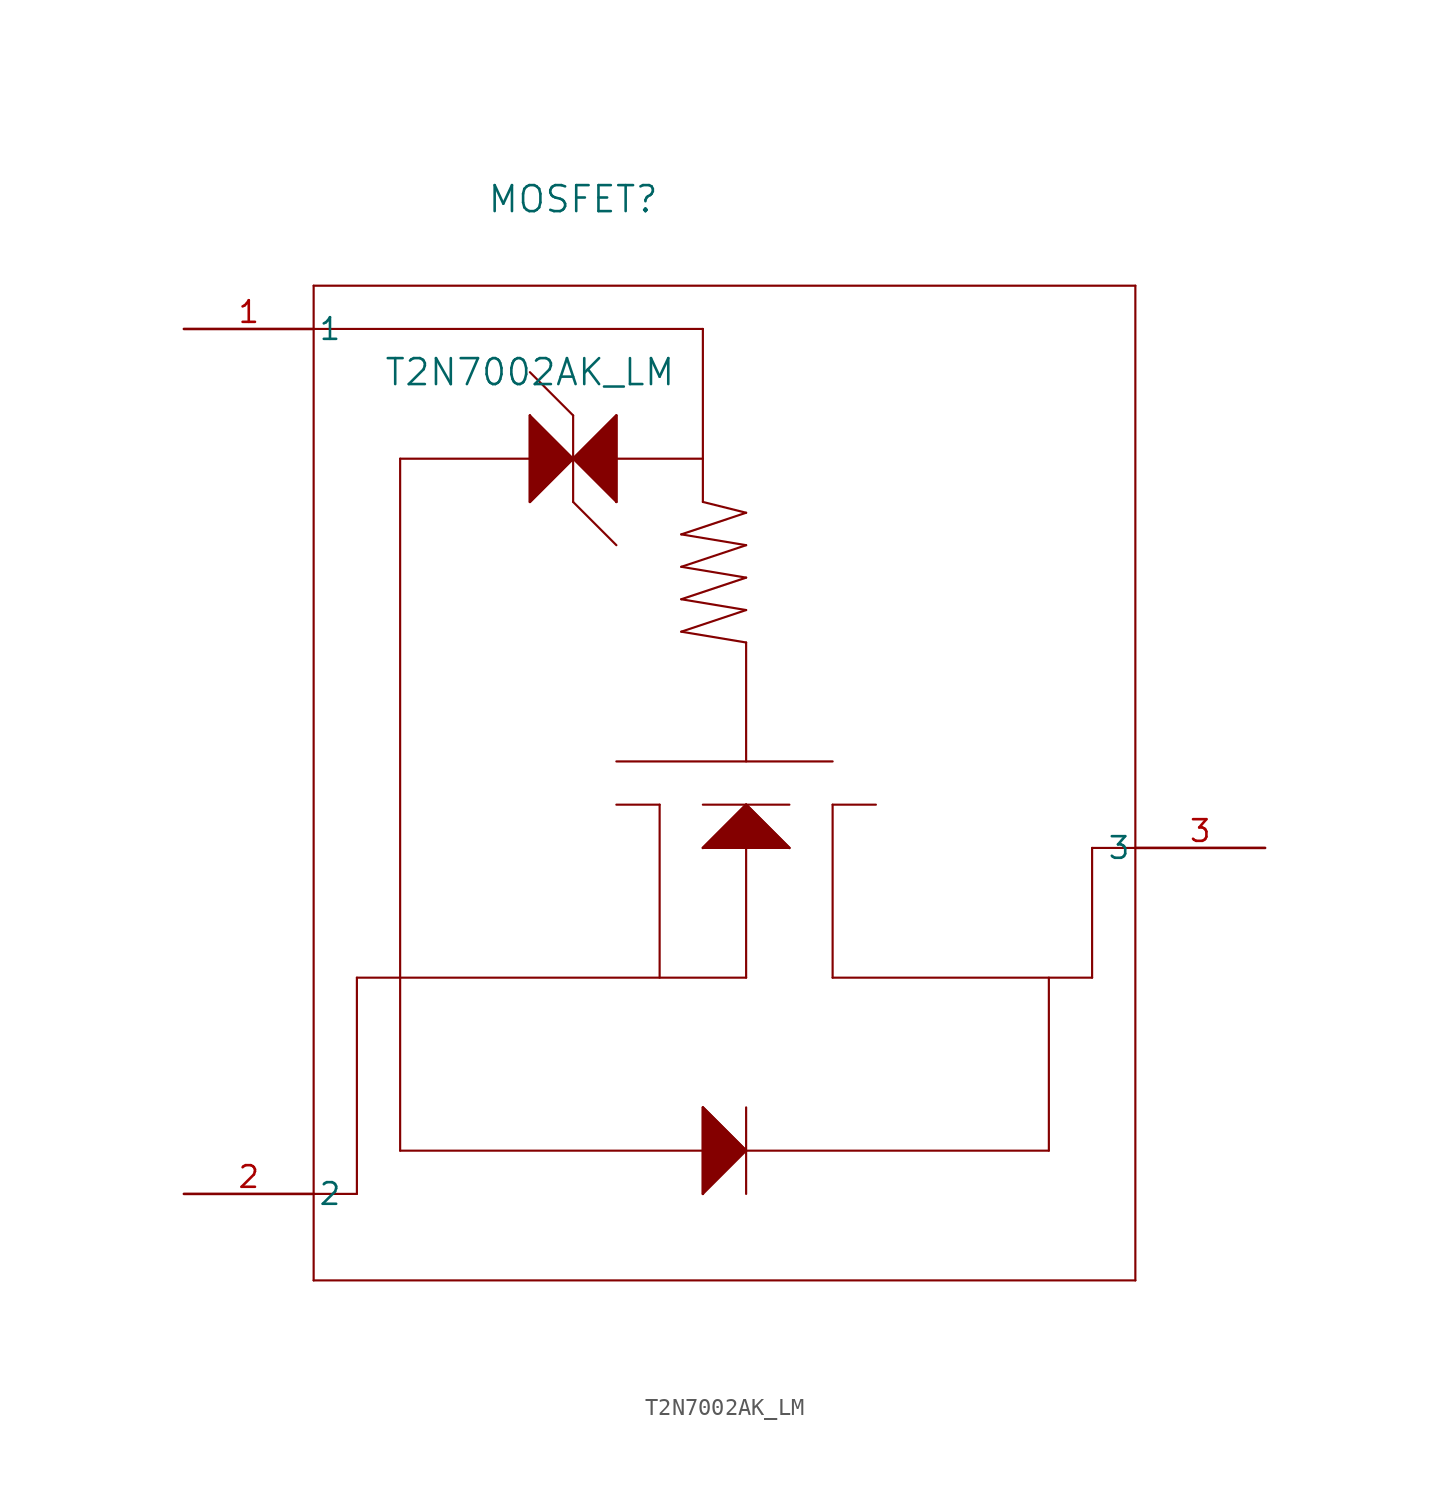
<source format=kicad_sym>
(kicad_symbol_lib
  (version 20211014)
  (generator kicad_symbol_editor)
  (symbol "T2N7002AK_LM"
    (pin_names
      (offset 0.254))
    (property "Reference" "MOSFET"
      (at 22.86 7.62 0)
      (effects (font (size 1.524 1.524))))
    (property "Value" "T2N7002AK_LM"
      (at 20.32 -2.54 0)
      (effects (font (size 1.524 1.524))))
    (symbol "T2N7002AK_LM_0_1"
      (polyline (pts (xy 7.62 2.54) (xy 7.62 -55.88)) (stroke (width 0.127) (type default) (color 0 0 0 0)) (fill (type none)))
      (polyline (pts (xy 7.62 -55.88) (xy 55.88 -55.88)) (stroke (width 0.127) (type default) (color 0 0 0 0)) (fill (type none)))
      (polyline (pts (xy 55.88 -55.88) (xy 55.88 2.54)) (stroke (width 0.127) (type default) (color 0 0 0 0)) (fill (type none)))
      (polyline (pts (xy 55.88 2.54) (xy 7.62 2.54)) (stroke (width 0.127) (type default) (color 0 0 0 0)) (fill (type none)))
      (polyline (pts (xy 7.62 0) (xy 30.48 0)) (stroke (width 0.127) (type default) (color 0 0 0 0)) (fill (type none)))
      (polyline (pts (xy 12.7 -7.62) (xy 30.48 -7.62)) (stroke (width 0.127) (type default) (color 0 0 0 0)) (fill (type none)))
      (polyline (pts (xy 25.4 -25.4) (xy 38.1 -25.4)) (stroke (width 0.127) (type default) (color 0 0 0 0)) (fill (type none)))
      (polyline (pts (xy 25.4 -5.08) (xy 25.4 -10.16)) (stroke (width 0.127) (type default) (color 0 0 0 0)) (fill (type none)))
      (polyline (pts (xy 25.4 -10.16) (xy 22.86 -7.62)) (stroke (width 0.127) (type default) (color 0 0 0 0)) (fill (type none)))
      (polyline (pts (xy 25.4 -5.08) (xy 22.86 -7.62)) (stroke (width 0.127) (type default) (color 0 0 0 0)) (fill (type none)))
      (polyline (pts (xy 22.86 -7.62) (xy 20.32 -5.08)) (stroke (width 0.127) (type default) (color 0 0 0 0)) (fill (type none)))
      (polyline (pts (xy 33.02 -27.94) (xy 33.02 -38.1)) (stroke (width 0.127) (type default) (color 0 0 0 0)) (fill (type none)))
      (polyline (pts (xy 30.48 -30.48) (xy 35.56 -30.48)) (stroke (width 0.127) (type default) (color 0 0 0 0)) (fill (type none)))
      (polyline (pts (xy 30.48 -30.48) (xy 33.02 -27.94)) (stroke (width 0.127) (type default) (color 0 0 0 0)) (fill (type none)))
      (polyline (pts (xy 33.02 -27.94) (xy 35.56 -30.48)) (stroke (width 0.127) (type default) (color 0 0 0 0)) (fill (type none)))
      (polyline (pts (xy 12.7 -48.26) (xy 50.8 -48.26)) (stroke (width 0.127) (type default) (color 0 0 0 0)) (fill (type none)))
      (polyline (pts (xy 30.48 -45.72) (xy 30.48 -50.8)) (stroke (width 0.127) (type default) (color 0 0 0 0)) (fill (type none)))
      (polyline (pts (xy 30.48 -50.8) (xy 33.02 -48.26)) (stroke (width 0.127) (type default) (color 0 0 0 0)) (fill (type none)))
      (polyline (pts (xy 12.7 -7.62) (xy 12.7 -48.26)) (stroke (width 0.127) (type default) (color 0 0 0 0)) (fill (type none)))
      (polyline (pts (xy 12.7 -38.1) (xy 10.16 -38.1)) (stroke (width 0.127) (type default) (color 0 0 0 0)) (fill (type none)))
      (polyline (pts (xy 10.16 -38.1) (xy 10.16 -50.8)) (stroke (width 0.127) (type default) (color 0 0 0 0)) (fill (type none)))
      (polyline (pts (xy 10.16 -50.8) (xy 7.62 -50.8)) (stroke (width 0.127) (type default) (color 0 0 0 0)) (fill (type none)))
      (polyline (pts (xy 30.48 -45.72) (xy 33.02 -48.26)) (stroke (width 0.127) (type default) (color 0 0 0 0)) (fill (type none)))
      (polyline (pts (xy 33.02 -45.72) (xy 33.02 -50.8)) (stroke (width 0.127) (type default) (color 0 0 0 0)) (fill (type none)))
      (polyline (pts (xy 30.48 -50.8) (xy 30.48 -45.72) (xy 33.02 -48.26)) (stroke (width 0) (type default) (color 0 0 0 0)) (fill (type outline)))
      (polyline (pts (xy 30.48 -30.48) (xy 33.02 -27.94) (xy 35.56 -30.48)) (stroke (width 0) (type default) (color 0 0 0 0)) (fill (type outline)))
      (polyline (pts (xy 20.32 -5.08) (xy 20.32 -10.16)) (stroke (width 0.127) (type default) (color 0 0 0 0)) (fill (type none)))
      (polyline (pts (xy 20.32 -10.16) (xy 22.86 -7.62)) (stroke (width 0.127) (type default) (color 0 0 0 0)) (fill (type none)))
      (polyline (pts (xy 38.1 -38.1) (xy 38.1 -27.94)) (stroke (width 0.127) (type default) (color 0 0 0 0)) (fill (type none)))
      (polyline (pts (xy 38.1 -38.1) (xy 53.34 -38.1)) (stroke (width 0.127) (type default) (color 0 0 0 0)) (fill (type none)))
      (polyline (pts (xy 53.34 -30.48) (xy 55.88 -30.48)) (stroke (width 0.127) (type default) (color 0 0 0 0)) (fill (type none)))
      (polyline (pts (xy 53.34 -38.1) (xy 53.34 -30.48)) (stroke (width 0.127) (type default) (color 0 0 0 0)) (fill (type none)))
      (polyline (pts (xy 50.8 -48.26) (xy 50.8 -38.1)) (stroke (width 0.127) (type default) (color 0 0 0 0)) (fill (type none)))
      (polyline (pts (xy 22.86 -10.16) (xy 22.86 -5.08)) (stroke (width 0.127) (type default) (color 0 0 0 0)) (fill (type none)))
      (polyline (pts (xy 38.1 -27.94) (xy 40.64 -27.94)) (stroke (width 0.127) (type default) (color 0 0 0 0)) (fill (type none)))
      (polyline (pts (xy 22.86 -5.08) (xy 20.32 -2.54)) (stroke (width 0.127) (type default) (color 0 0 0 0)) (fill (type none)))
      (polyline (pts (xy 22.86 -10.16) (xy 25.4 -12.7)) (stroke (width 0.127) (type default) (color 0 0 0 0)) (fill (type none)))
      (polyline (pts (xy 20.32 -5.08) (xy 20.32 -10.16) (xy 22.86 -7.62)) (stroke (width 0) (type default) (color 0 0 0 0)) (fill (type outline)))
      (polyline (pts (xy 22.86 -7.62) (xy 25.4 -5.08) (xy 25.4 -10.16)) (stroke (width 0) (type default) (color 0 0 0 0)) (fill (type outline)))
      (polyline (pts (xy 33.02 -38.1) (xy 12.7 -38.1)) (stroke (width 0.127) (type default) (color 0 0 0 0)) (fill (type none)))
      (polyline (pts (xy 25.4 -27.94) (xy 27.94 -27.94)) (stroke (width 0.127) (type default) (color 0 0 0 0)) (fill (type none)))
      (polyline (pts (xy 27.94 -27.94) (xy 27.94 -38.1)) (stroke (width 0.127) (type default) (color 0 0 0 0)) (fill (type none)))
      (polyline (pts (xy 30.48 -27.94) (xy 35.56 -27.94)) (stroke (width 0.127) (type default) (color 0 0 0 0)) (fill (type none)))
      (polyline (pts (xy 30.48 0) (xy 30.48 -10.16)) (stroke (width 0.127) (type default) (color 0 0 0 0)) (fill (type none)))
      (polyline (pts (xy 30.48 -10.16) (xy 33.02 -10.795)) (stroke (width 0.127) (type default) (color 0 0 0 0)) (fill (type none)))
      (polyline (pts (xy 33.02 -10.795) (xy 29.21 -12.065)) (stroke (width 0.127) (type default) (color 0 0 0 0)) (fill (type none)))
      (polyline (pts (xy 29.21 -12.065) (xy 33.02 -12.7)) (stroke (width 0.127) (type default) (color 0 0 0 0)) (fill (type none)))
      (polyline (pts (xy 33.02 -12.7) (xy 29.21 -13.97)) (stroke (width 0.127) (type default) (color 0 0 0 0)) (fill (type none)))
      (polyline (pts (xy 29.21 -13.97) (xy 33.02 -14.605)) (stroke (width 0.127) (type default) (color 0 0 0 0)) (fill (type none)))
      (polyline (pts (xy 33.02 -14.605) (xy 29.21 -15.875)) (stroke (width 0.127) (type default) (color 0 0 0 0)) (fill (type none)))
      (polyline (pts (xy 29.21 -15.875) (xy 33.02 -16.51)) (stroke (width 0.127) (type default) (color 0 0 0 0)) (fill (type none)))
      (polyline (pts (xy 33.02 -16.51) (xy 29.21 -17.78)) (stroke (width 0.127) (type default) (color 0 0 0 0)) (fill (type none)))
      (polyline (pts (xy 29.21 -17.78) (xy 33.02 -18.415)) (stroke (width 0.127) (type default) (color 0 0 0 0)) (fill (type none)))
      (polyline (pts (xy 33.02 -18.415) (xy 33.02 -25.4)) (stroke (width 0.127) (type default) (color 0 0 0 0)) (fill (type none)))
      (pin unspecified line (at 0 0 0) (length 7.62) (name "1" (effects (font (size 1.27 1.27)))) (number "1" (effects (font (size 1.27 1.27)))))
      (pin unspecified line (at 0 -50.8 0) (length 7.62) (name "2" (effects (font (size 1.27 1.27)))) (number "2" (effects (font (size 1.27 1.27)))))
      (pin unspecified line (at 63.5 -30.48 180) (length 7.62) (name "3" (effects (font (size 1.27 1.27)))) (number "3" (effects (font (size 1.27 1.27))))))))
</source>
